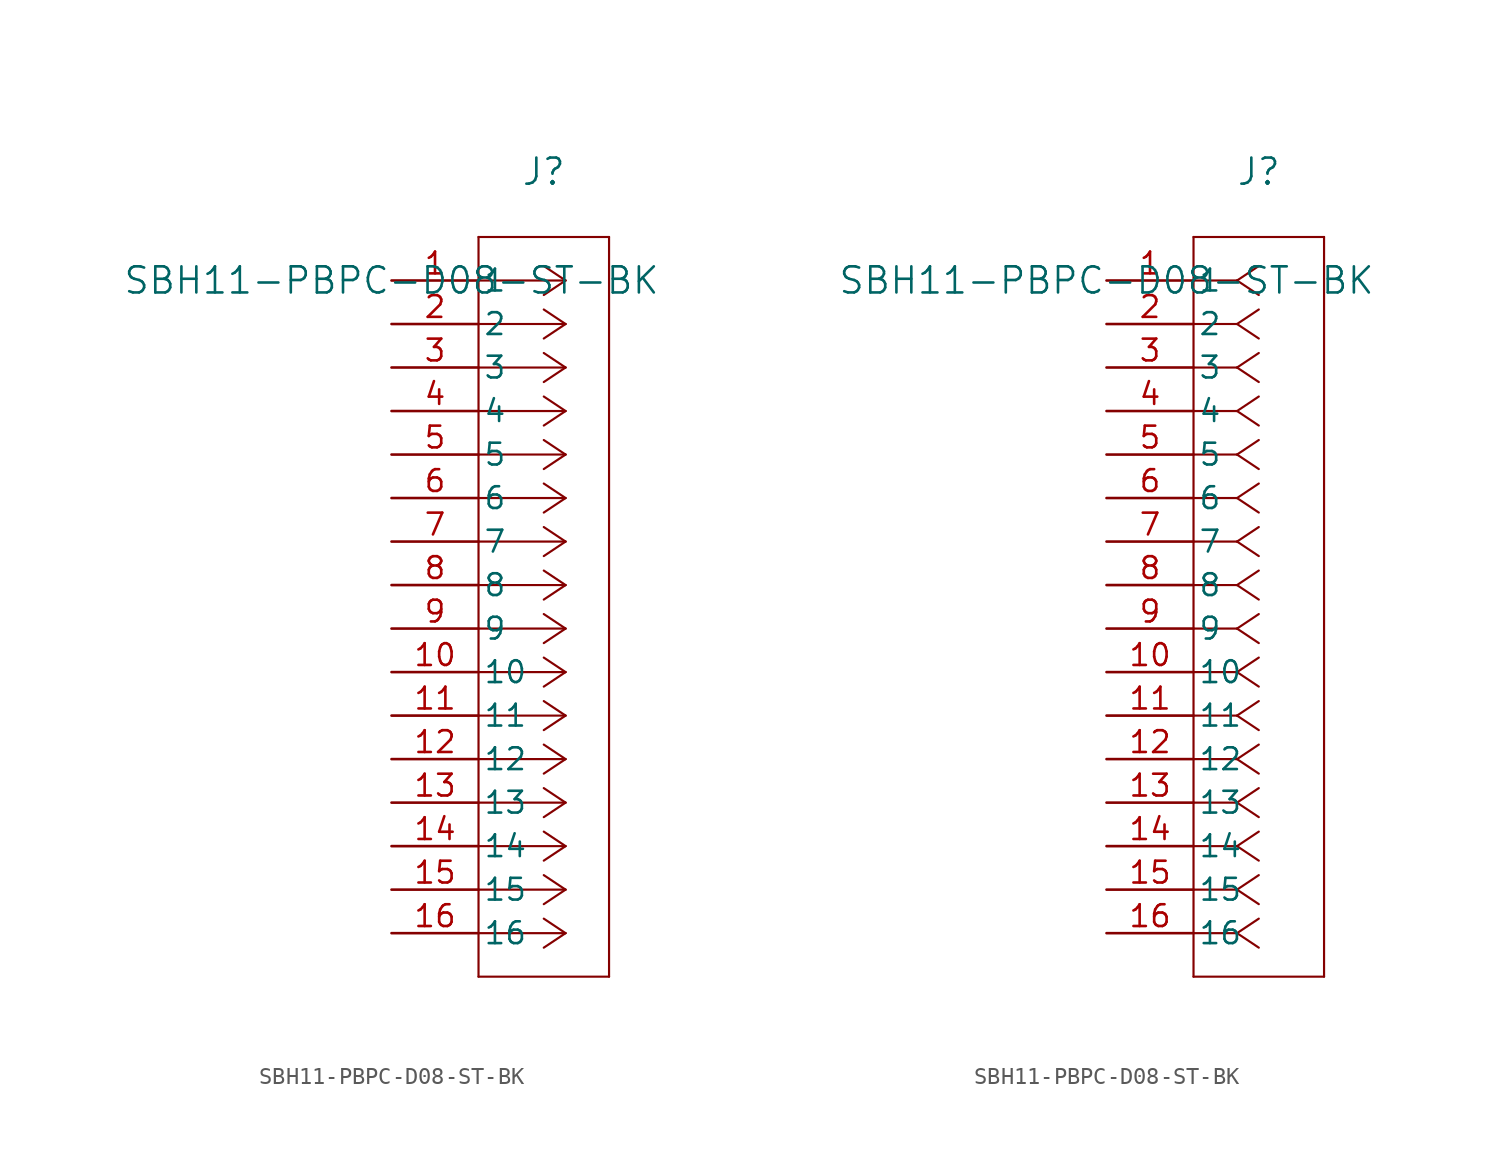
<source format=kicad_sym>
(kicad_symbol_lib
  (version 20211014)
  (generator kicad_symbol_editor)
  (symbol "SBH11-PBPC-D08-ST-BK"
    (pin_names
      (offset 0.254))
    (property "Reference" "J"
      (at 8.89 6.35 0)
      (effects (font (size 1.524 1.524))))
    (property "Value" "SBH11-PBPC-D08-ST-BK"
      (at 0 0 0)
      (effects (font (size 1.524 1.524))))
    (symbol "SBH11-PBPC-D08-ST-BK_1_1"
      (polyline (pts (xy 10.16 0) (xy 5.08 0)) (stroke (width 0.127) (type default) (color 0 0 0 0)) (fill (type none)))
      (polyline (pts (xy 10.16 -2.54) (xy 5.08 -2.54)) (stroke (width 0.127) (type default) (color 0 0 0 0)) (fill (type none)))
      (polyline (pts (xy 10.16 -5.08) (xy 5.08 -5.08)) (stroke (width 0.127) (type default) (color 0 0 0 0)) (fill (type none)))
      (polyline (pts (xy 10.16 -7.62) (xy 5.08 -7.62)) (stroke (width 0.127) (type default) (color 0 0 0 0)) (fill (type none)))
      (polyline (pts (xy 10.16 -10.16) (xy 5.08 -10.16)) (stroke (width 0.127) (type default) (color 0 0 0 0)) (fill (type none)))
      (polyline (pts (xy 10.16 -12.7) (xy 5.08 -12.7)) (stroke (width 0.127) (type default) (color 0 0 0 0)) (fill (type none)))
      (polyline (pts (xy 10.16 -15.24) (xy 5.08 -15.24)) (stroke (width 0.127) (type default) (color 0 0 0 0)) (fill (type none)))
      (polyline (pts (xy 10.16 -17.78) (xy 5.08 -17.78)) (stroke (width 0.127) (type default) (color 0 0 0 0)) (fill (type none)))
      (polyline (pts (xy 10.16 -20.32) (xy 5.08 -20.32)) (stroke (width 0.127) (type default) (color 0 0 0 0)) (fill (type none)))
      (polyline (pts (xy 10.16 -22.86) (xy 5.08 -22.86)) (stroke (width 0.127) (type default) (color 0 0 0 0)) (fill (type none)))
      (polyline (pts (xy 10.16 -25.4) (xy 5.08 -25.4)) (stroke (width 0.127) (type default) (color 0 0 0 0)) (fill (type none)))
      (polyline (pts (xy 10.16 -27.94) (xy 5.08 -27.94)) (stroke (width 0.127) (type default) (color 0 0 0 0)) (fill (type none)))
      (polyline (pts (xy 10.16 -30.48) (xy 5.08 -30.48)) (stroke (width 0.127) (type default) (color 0 0 0 0)) (fill (type none)))
      (polyline (pts (xy 10.16 -33.02) (xy 5.08 -33.02)) (stroke (width 0.127) (type default) (color 0 0 0 0)) (fill (type none)))
      (polyline (pts (xy 10.16 -35.56) (xy 5.08 -35.56)) (stroke (width 0.127) (type default) (color 0 0 0 0)) (fill (type none)))
      (polyline (pts (xy 10.16 -38.1) (xy 5.08 -38.1)) (stroke (width 0.127) (type default) (color 0 0 0 0)) (fill (type none)))
      (polyline (pts (xy 10.16 0) (xy 8.89 0.847)) (stroke (width 0.127) (type default) (color 0 0 0 0)) (fill (type none)))
      (polyline (pts (xy 10.16 -2.54) (xy 8.89 -1.693)) (stroke (width 0.127) (type default) (color 0 0 0 0)) (fill (type none)))
      (polyline (pts (xy 10.16 -5.08) (xy 8.89 -4.233)) (stroke (width 0.127) (type default) (color 0 0 0 0)) (fill (type none)))
      (polyline (pts (xy 10.16 -7.62) (xy 8.89 -6.773)) (stroke (width 0.127) (type default) (color 0 0 0 0)) (fill (type none)))
      (polyline (pts (xy 10.16 -10.16) (xy 8.89 -9.313)) (stroke (width 0.127) (type default) (color 0 0 0 0)) (fill (type none)))
      (polyline (pts (xy 10.16 -12.7) (xy 8.89 -11.853)) (stroke (width 0.127) (type default) (color 0 0 0 0)) (fill (type none)))
      (polyline (pts (xy 10.16 -15.24) (xy 8.89 -14.393)) (stroke (width 0.127) (type default) (color 0 0 0 0)) (fill (type none)))
      (polyline (pts (xy 10.16 -17.78) (xy 8.89 -16.933)) (stroke (width 0.127) (type default) (color 0 0 0 0)) (fill (type none)))
      (polyline (pts (xy 10.16 -20.32) (xy 8.89 -19.473)) (stroke (width 0.127) (type default) (color 0 0 0 0)) (fill (type none)))
      (polyline (pts (xy 10.16 -22.86) (xy 8.89 -22.013)) (stroke (width 0.127) (type default) (color 0 0 0 0)) (fill (type none)))
      (polyline (pts (xy 10.16 -25.4) (xy 8.89 -24.553)) (stroke (width 0.127) (type default) (color 0 0 0 0)) (fill (type none)))
      (polyline (pts (xy 10.16 -27.94) (xy 8.89 -27.093)) (stroke (width 0.127) (type default) (color 0 0 0 0)) (fill (type none)))
      (polyline (pts (xy 10.16 -30.48) (xy 8.89 -29.633)) (stroke (width 0.127) (type default) (color 0 0 0 0)) (fill (type none)))
      (polyline (pts (xy 10.16 -33.02) (xy 8.89 -32.173)) (stroke (width 0.127) (type default) (color 0 0 0 0)) (fill (type none)))
      (polyline (pts (xy 10.16 -35.56) (xy 8.89 -34.713)) (stroke (width 0.127) (type default) (color 0 0 0 0)) (fill (type none)))
      (polyline (pts (xy 10.16 -38.1) (xy 8.89 -37.253)) (stroke (width 0.127) (type default) (color 0 0 0 0)) (fill (type none)))
      (polyline (pts (xy 10.16 0) (xy 8.89 -0.847)) (stroke (width 0.127) (type default) (color 0 0 0 0)) (fill (type none)))
      (polyline (pts (xy 10.16 -2.54) (xy 8.89 -3.387)) (stroke (width 0.127) (type default) (color 0 0 0 0)) (fill (type none)))
      (polyline (pts (xy 10.16 -5.08) (xy 8.89 -5.927)) (stroke (width 0.127) (type default) (color 0 0 0 0)) (fill (type none)))
      (polyline (pts (xy 10.16 -7.62) (xy 8.89 -8.467)) (stroke (width 0.127) (type default) (color 0 0 0 0)) (fill (type none)))
      (polyline (pts (xy 10.16 -10.16) (xy 8.89 -11.007)) (stroke (width 0.127) (type default) (color 0 0 0 0)) (fill (type none)))
      (polyline (pts (xy 10.16 -12.7) (xy 8.89 -13.547)) (stroke (width 0.127) (type default) (color 0 0 0 0)) (fill (type none)))
      (polyline (pts (xy 10.16 -15.24) (xy 8.89 -16.087)) (stroke (width 0.127) (type default) (color 0 0 0 0)) (fill (type none)))
      (polyline (pts (xy 10.16 -17.78) (xy 8.89 -18.627)) (stroke (width 0.127) (type default) (color 0 0 0 0)) (fill (type none)))
      (polyline (pts (xy 10.16 -20.32) (xy 8.89 -21.167)) (stroke (width 0.127) (type default) (color 0 0 0 0)) (fill (type none)))
      (polyline (pts (xy 10.16 -22.86) (xy 8.89 -23.707)) (stroke (width 0.127) (type default) (color 0 0 0 0)) (fill (type none)))
      (polyline (pts (xy 10.16 -25.4) (xy 8.89 -26.247)) (stroke (width 0.127) (type default) (color 0 0 0 0)) (fill (type none)))
      (polyline (pts (xy 10.16 -27.94) (xy 8.89 -28.787)) (stroke (width 0.127) (type default) (color 0 0 0 0)) (fill (type none)))
      (polyline (pts (xy 10.16 -30.48) (xy 8.89 -31.327)) (stroke (width 0.127) (type default) (color 0 0 0 0)) (fill (type none)))
      (polyline (pts (xy 10.16 -33.02) (xy 8.89 -33.867)) (stroke (width 0.127) (type default) (color 0 0 0 0)) (fill (type none)))
      (polyline (pts (xy 10.16 -35.56) (xy 8.89 -36.407)) (stroke (width 0.127) (type default) (color 0 0 0 0)) (fill (type none)))
      (polyline (pts (xy 10.16 -38.1) (xy 8.89 -38.947)) (stroke (width 0.127) (type default) (color 0 0 0 0)) (fill (type none)))
      (polyline (pts (xy 5.08 2.54) (xy 5.08 -40.64)) (stroke (width 0.127) (type default) (color 0 0 0 0)) (fill (type none)))
      (polyline (pts (xy 5.08 -40.64) (xy 12.7 -40.64)) (stroke (width 0.127) (type default) (color 0 0 0 0)) (fill (type none)))
      (polyline (pts (xy 12.7 -40.64) (xy 12.7 2.54)) (stroke (width 0.127) (type default) (color 0 0 0 0)) (fill (type none)))
      (polyline (pts (xy 12.7 2.54) (xy 5.08 2.54)) (stroke (width 0.127) (type default) (color 0 0 0 0)) (fill (type none)))
      (pin unspecified line (at 0 0 0) (length 5.08) (name "1" (effects (font (size 1.27 1.27)))) (number "1" (effects (font (size 1.27 1.27)))))
      (pin unspecified line (at 0 -2.54 0) (length 5.08) (name "2" (effects (font (size 1.27 1.27)))) (number "2" (effects (font (size 1.27 1.27)))))
      (pin unspecified line (at 0 -5.08 0) (length 5.08) (name "3" (effects (font (size 1.27 1.27)))) (number "3" (effects (font (size 1.27 1.27)))))
      (pin unspecified line (at 0 -7.62 0) (length 5.08) (name "4" (effects (font (size 1.27 1.27)))) (number "4" (effects (font (size 1.27 1.27)))))
      (pin unspecified line (at 0 -10.16 0) (length 5.08) (name "5" (effects (font (size 1.27 1.27)))) (number "5" (effects (font (size 1.27 1.27)))))
      (pin unspecified line (at 0 -12.7 0) (length 5.08) (name "6" (effects (font (size 1.27 1.27)))) (number "6" (effects (font (size 1.27 1.27)))))
      (pin unspecified line (at 0 -15.24 0) (length 5.08) (name "7" (effects (font (size 1.27 1.27)))) (number "7" (effects (font (size 1.27 1.27)))))
      (pin unspecified line (at 0 -17.78 0) (length 5.08) (name "8" (effects (font (size 1.27 1.27)))) (number "8" (effects (font (size 1.27 1.27)))))
      (pin unspecified line (at 0 -20.32 0) (length 5.08) (name "9" (effects (font (size 1.27 1.27)))) (number "9" (effects (font (size 1.27 1.27)))))
      (pin unspecified line (at 0 -22.86 0) (length 5.08) (name "10" (effects (font (size 1.27 1.27)))) (number "10" (effects (font (size 1.27 1.27)))))
      (pin unspecified line (at 0 -25.4 0) (length 5.08) (name "11" (effects (font (size 1.27 1.27)))) (number "11" (effects (font (size 1.27 1.27)))))
      (pin unspecified line (at 0 -27.94 0) (length 5.08) (name "12" (effects (font (size 1.27 1.27)))) (number "12" (effects (font (size 1.27 1.27)))))
      (pin unspecified line (at 0 -30.48 0) (length 5.08) (name "13" (effects (font (size 1.27 1.27)))) (number "13" (effects (font (size 1.27 1.27)))))
      (pin unspecified line (at 0 -33.02 0) (length 5.08) (name "14" (effects (font (size 1.27 1.27)))) (number "14" (effects (font (size 1.27 1.27)))))
      (pin unspecified line (at 0 -35.56 0) (length 5.08) (name "15" (effects (font (size 1.27 1.27)))) (number "15" (effects (font (size 1.27 1.27)))))
      (pin unspecified line (at 0 -38.1 0) (length 5.08) (name "16" (effects (font (size 1.27 1.27)))) (number "16" (effects (font (size 1.27 1.27))))))
    (symbol "SBH11-PBPC-D08-ST-BK_1_2"
      (polyline (pts (xy 7.62 0) (xy 5.08 0)) (stroke (width 0.127) (type default) (color 0 0 0 0)) (fill (type none)))
      (polyline (pts (xy 7.62 -2.54) (xy 5.08 -2.54)) (stroke (width 0.127) (type default) (color 0 0 0 0)) (fill (type none)))
      (polyline (pts (xy 7.62 -5.08) (xy 5.08 -5.08)) (stroke (width 0.127) (type default) (color 0 0 0 0)) (fill (type none)))
      (polyline (pts (xy 7.62 -7.62) (xy 5.08 -7.62)) (stroke (width 0.127) (type default) (color 0 0 0 0)) (fill (type none)))
      (polyline (pts (xy 7.62 -10.16) (xy 5.08 -10.16)) (stroke (width 0.127) (type default) (color 0 0 0 0)) (fill (type none)))
      (polyline (pts (xy 7.62 -12.7) (xy 5.08 -12.7)) (stroke (width 0.127) (type default) (color 0 0 0 0)) (fill (type none)))
      (polyline (pts (xy 7.62 -15.24) (xy 5.08 -15.24)) (stroke (width 0.127) (type default) (color 0 0 0 0)) (fill (type none)))
      (polyline (pts (xy 7.62 -17.78) (xy 5.08 -17.78)) (stroke (width 0.127) (type default) (color 0 0 0 0)) (fill (type none)))
      (polyline (pts (xy 7.62 -20.32) (xy 5.08 -20.32)) (stroke (width 0.127) (type default) (color 0 0 0 0)) (fill (type none)))
      (polyline (pts (xy 7.62 -22.86) (xy 5.08 -22.86)) (stroke (width 0.127) (type default) (color 0 0 0 0)) (fill (type none)))
      (polyline (pts (xy 7.62 -25.4) (xy 5.08 -25.4)) (stroke (width 0.127) (type default) (color 0 0 0 0)) (fill (type none)))
      (polyline (pts (xy 7.62 -27.94) (xy 5.08 -27.94)) (stroke (width 0.127) (type default) (color 0 0 0 0)) (fill (type none)))
      (polyline (pts (xy 7.62 -30.48) (xy 5.08 -30.48)) (stroke (width 0.127) (type default) (color 0 0 0 0)) (fill (type none)))
      (polyline (pts (xy 7.62 -33.02) (xy 5.08 -33.02)) (stroke (width 0.127) (type default) (color 0 0 0 0)) (fill (type none)))
      (polyline (pts (xy 7.62 -35.56) (xy 5.08 -35.56)) (stroke (width 0.127) (type default) (color 0 0 0 0)) (fill (type none)))
      (polyline (pts (xy 7.62 -38.1) (xy 5.08 -38.1)) (stroke (width 0.127) (type default) (color 0 0 0 0)) (fill (type none)))
      (polyline (pts (xy 7.62 0) (xy 8.89 0.847)) (stroke (width 0.127) (type default) (color 0 0 0 0)) (fill (type none)))
      (polyline (pts (xy 7.62 -2.54) (xy 8.89 -1.693)) (stroke (width 0.127) (type default) (color 0 0 0 0)) (fill (type none)))
      (polyline (pts (xy 7.62 -5.08) (xy 8.89 -4.233)) (stroke (width 0.127) (type default) (color 0 0 0 0)) (fill (type none)))
      (polyline (pts (xy 7.62 -7.62) (xy 8.89 -6.773)) (stroke (width 0.127) (type default) (color 0 0 0 0)) (fill (type none)))
      (polyline (pts (xy 7.62 -10.16) (xy 8.89 -9.313)) (stroke (width 0.127) (type default) (color 0 0 0 0)) (fill (type none)))
      (polyline (pts (xy 7.62 -12.7) (xy 8.89 -11.853)) (stroke (width 0.127) (type default) (color 0 0 0 0)) (fill (type none)))
      (polyline (pts (xy 7.62 -15.24) (xy 8.89 -14.393)) (stroke (width 0.127) (type default) (color 0 0 0 0)) (fill (type none)))
      (polyline (pts (xy 7.62 -17.78) (xy 8.89 -16.933)) (stroke (width 0.127) (type default) (color 0 0 0 0)) (fill (type none)))
      (polyline (pts (xy 7.62 -20.32) (xy 8.89 -19.473)) (stroke (width 0.127) (type default) (color 0 0 0 0)) (fill (type none)))
      (polyline (pts (xy 7.62 -22.86) (xy 8.89 -22.013)) (stroke (width 0.127) (type default) (color 0 0 0 0)) (fill (type none)))
      (polyline (pts (xy 7.62 -25.4) (xy 8.89 -24.553)) (stroke (width 0.127) (type default) (color 0 0 0 0)) (fill (type none)))
      (polyline (pts (xy 7.62 -27.94) (xy 8.89 -27.093)) (stroke (width 0.127) (type default) (color 0 0 0 0)) (fill (type none)))
      (polyline (pts (xy 7.62 -30.48) (xy 8.89 -29.633)) (stroke (width 0.127) (type default) (color 0 0 0 0)) (fill (type none)))
      (polyline (pts (xy 7.62 -33.02) (xy 8.89 -32.173)) (stroke (width 0.127) (type default) (color 0 0 0 0)) (fill (type none)))
      (polyline (pts (xy 7.62 -35.56) (xy 8.89 -34.713)) (stroke (width 0.127) (type default) (color 0 0 0 0)) (fill (type none)))
      (polyline (pts (xy 7.62 -38.1) (xy 8.89 -37.253)) (stroke (width 0.127) (type default) (color 0 0 0 0)) (fill (type none)))
      (polyline (pts (xy 7.62 0) (xy 8.89 -0.847)) (stroke (width 0.127) (type default) (color 0 0 0 0)) (fill (type none)))
      (polyline (pts (xy 7.62 -2.54) (xy 8.89 -3.387)) (stroke (width 0.127) (type default) (color 0 0 0 0)) (fill (type none)))
      (polyline (pts (xy 7.62 -5.08) (xy 8.89 -5.927)) (stroke (width 0.127) (type default) (color 0 0 0 0)) (fill (type none)))
      (polyline (pts (xy 7.62 -7.62) (xy 8.89 -8.467)) (stroke (width 0.127) (type default) (color 0 0 0 0)) (fill (type none)))
      (polyline (pts (xy 7.62 -10.16) (xy 8.89 -11.007)) (stroke (width 0.127) (type default) (color 0 0 0 0)) (fill (type none)))
      (polyline (pts (xy 7.62 -12.7) (xy 8.89 -13.547)) (stroke (width 0.127) (type default) (color 0 0 0 0)) (fill (type none)))
      (polyline (pts (xy 7.62 -15.24) (xy 8.89 -16.087)) (stroke (width 0.127) (type default) (color 0 0 0 0)) (fill (type none)))
      (polyline (pts (xy 7.62 -17.78) (xy 8.89 -18.627)) (stroke (width 0.127) (type default) (color 0 0 0 0)) (fill (type none)))
      (polyline (pts (xy 7.62 -20.32) (xy 8.89 -21.167)) (stroke (width 0.127) (type default) (color 0 0 0 0)) (fill (type none)))
      (polyline (pts (xy 7.62 -22.86) (xy 8.89 -23.707)) (stroke (width 0.127) (type default) (color 0 0 0 0)) (fill (type none)))
      (polyline (pts (xy 7.62 -25.4) (xy 8.89 -26.247)) (stroke (width 0.127) (type default) (color 0 0 0 0)) (fill (type none)))
      (polyline (pts (xy 7.62 -27.94) (xy 8.89 -28.787)) (stroke (width 0.127) (type default) (color 0 0 0 0)) (fill (type none)))
      (polyline (pts (xy 7.62 -30.48) (xy 8.89 -31.327)) (stroke (width 0.127) (type default) (color 0 0 0 0)) (fill (type none)))
      (polyline (pts (xy 7.62 -33.02) (xy 8.89 -33.867)) (stroke (width 0.127) (type default) (color 0 0 0 0)) (fill (type none)))
      (polyline (pts (xy 7.62 -35.56) (xy 8.89 -36.407)) (stroke (width 0.127) (type default) (color 0 0 0 0)) (fill (type none)))
      (polyline (pts (xy 7.62 -38.1) (xy 8.89 -38.947)) (stroke (width 0.127) (type default) (color 0 0 0 0)) (fill (type none)))
      (polyline (pts (xy 5.08 2.54) (xy 5.08 -40.64)) (stroke (width 0.127) (type default) (color 0 0 0 0)) (fill (type none)))
      (polyline (pts (xy 5.08 -40.64) (xy 12.7 -40.64)) (stroke (width 0.127) (type default) (color 0 0 0 0)) (fill (type none)))
      (polyline (pts (xy 12.7 -40.64) (xy 12.7 2.54)) (stroke (width 0.127) (type default) (color 0 0 0 0)) (fill (type none)))
      (polyline (pts (xy 12.7 2.54) (xy 5.08 2.54)) (stroke (width 0.127) (type default) (color 0 0 0 0)) (fill (type none)))
      (pin unspecified line (at 0 0 0) (length 5.08) (name "1" (effects (font (size 1.27 1.27)))) (number "1" (effects (font (size 1.27 1.27)))))
      (pin unspecified line (at 0 -2.54 0) (length 5.08) (name "2" (effects (font (size 1.27 1.27)))) (number "2" (effects (font (size 1.27 1.27)))))
      (pin unspecified line (at 0 -5.08 0) (length 5.08) (name "3" (effects (font (size 1.27 1.27)))) (number "3" (effects (font (size 1.27 1.27)))))
      (pin unspecified line (at 0 -7.62 0) (length 5.08) (name "4" (effects (font (size 1.27 1.27)))) (number "4" (effects (font (size 1.27 1.27)))))
      (pin unspecified line (at 0 -10.16 0) (length 5.08) (name "5" (effects (font (size 1.27 1.27)))) (number "5" (effects (font (size 1.27 1.27)))))
      (pin unspecified line (at 0 -12.7 0) (length 5.08) (name "6" (effects (font (size 1.27 1.27)))) (number "6" (effects (font (size 1.27 1.27)))))
      (pin unspecified line (at 0 -15.24 0) (length 5.08) (name "7" (effects (font (size 1.27 1.27)))) (number "7" (effects (font (size 1.27 1.27)))))
      (pin unspecified line (at 0 -17.78 0) (length 5.08) (name "8" (effects (font (size 1.27 1.27)))) (number "8" (effects (font (size 1.27 1.27)))))
      (pin unspecified line (at 0 -20.32 0) (length 5.08) (name "9" (effects (font (size 1.27 1.27)))) (number "9" (effects (font (size 1.27 1.27)))))
      (pin unspecified line (at 0 -22.86 0) (length 5.08) (name "10" (effects (font (size 1.27 1.27)))) (number "10" (effects (font (size 1.27 1.27)))))
      (pin unspecified line (at 0 -25.4 0) (length 5.08) (name "11" (effects (font (size 1.27 1.27)))) (number "11" (effects (font (size 1.27 1.27)))))
      (pin unspecified line (at 0 -27.94 0) (length 5.08) (name "12" (effects (font (size 1.27 1.27)))) (number "12" (effects (font (size 1.27 1.27)))))
      (pin unspecified line (at 0 -30.48 0) (length 5.08) (name "13" (effects (font (size 1.27 1.27)))) (number "13" (effects (font (size 1.27 1.27)))))
      (pin unspecified line (at 0 -33.02 0) (length 5.08) (name "14" (effects (font (size 1.27 1.27)))) (number "14" (effects (font (size 1.27 1.27)))))
      (pin unspecified line (at 0 -35.56 0) (length 5.08) (name "15" (effects (font (size 1.27 1.27)))) (number "15" (effects (font (size 1.27 1.27)))))
      (pin unspecified line (at 0 -38.1 0) (length 5.08) (name "16" (effects (font (size 1.27 1.27)))) (number "16" (effects (font (size 1.27 1.27))))))))
</source>
